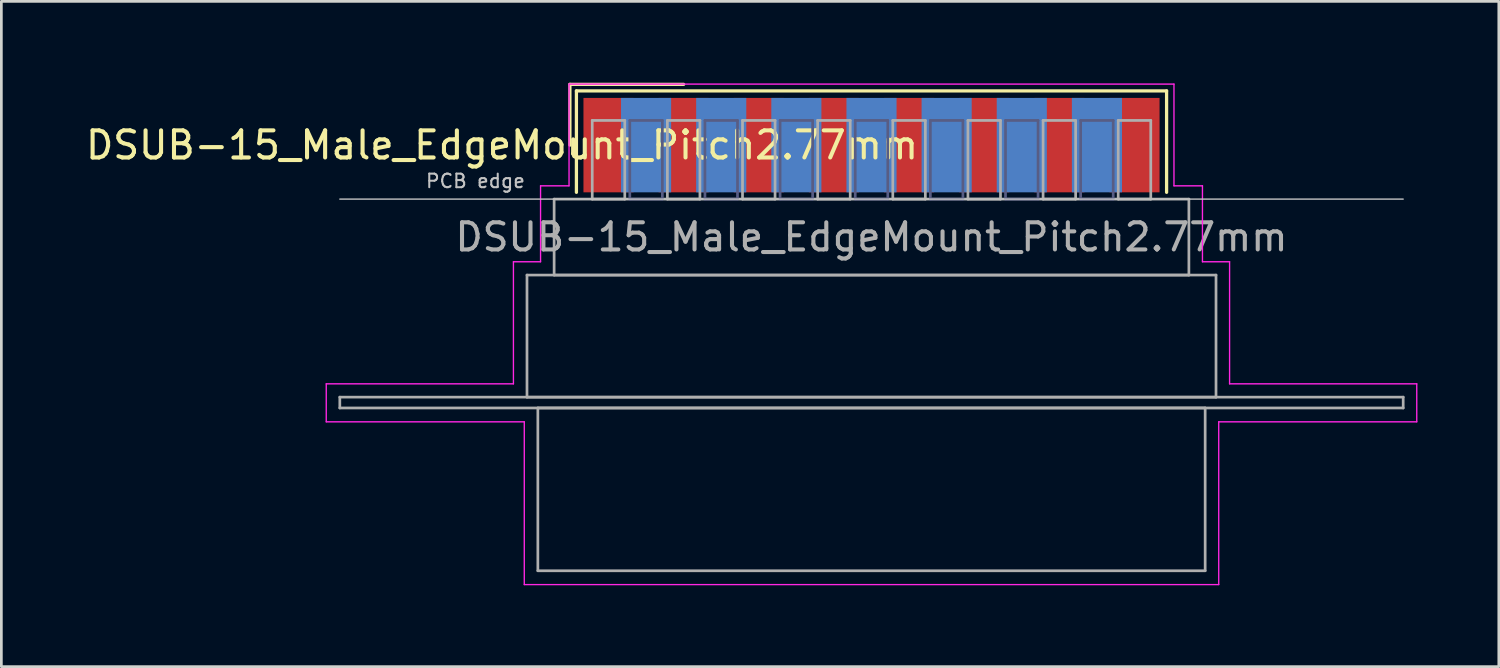
<source format=kicad_pcb>
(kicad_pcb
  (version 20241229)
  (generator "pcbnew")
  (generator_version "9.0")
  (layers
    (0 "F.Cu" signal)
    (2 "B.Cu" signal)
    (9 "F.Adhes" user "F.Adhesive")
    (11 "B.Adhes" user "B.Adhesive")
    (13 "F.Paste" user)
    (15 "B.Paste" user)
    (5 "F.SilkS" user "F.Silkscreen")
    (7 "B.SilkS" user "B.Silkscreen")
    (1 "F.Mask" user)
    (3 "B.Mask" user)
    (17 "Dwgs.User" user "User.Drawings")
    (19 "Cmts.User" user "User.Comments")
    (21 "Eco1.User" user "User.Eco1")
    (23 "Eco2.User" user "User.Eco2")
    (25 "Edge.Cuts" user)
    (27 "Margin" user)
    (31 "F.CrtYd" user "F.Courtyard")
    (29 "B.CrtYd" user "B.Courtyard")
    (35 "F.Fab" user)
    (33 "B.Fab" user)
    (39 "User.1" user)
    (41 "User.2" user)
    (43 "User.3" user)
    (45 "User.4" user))
  (footprint "DSUB-15_Male_EdgeMount_Pitch2.77mm"
    (layer "F.Cu")
    (at 29.077 2.3)
    (property "Reference" "DSUB-15_Male_EdgeMount_Pitch2.77mm" (at -13.618 0 0) (layer "F.SilkS") (effects (font (size 1 1) (thickness 0.15))))
    (attr smd)
    (fp_line (start -11.118 -2.24) (end -6.925 -2.24) (stroke (width 0.12) (type solid)) (layer "F.SilkS"))
    (fp_line (start -11.118 0) (end -11.118 -2.24) (stroke (width 0.12) (type solid)) (layer "F.SilkS"))
    (fp_line (start -10.878 -2) (end -10.878 1.74) (stroke (width 0.12) (type solid)) (layer "F.SilkS"))
    (fp_line (start 10.878 -2) (end -10.878 -2) (stroke (width 0.12) (type solid)) (layer "F.SilkS"))
    (fp_line (start 10.878 1.74) (end 10.878 -2) (stroke (width 0.12) (type solid)) (layer "F.SilkS"))
    (fp_line (start -19.6 1.99) (end 19.6 1.99) (stroke (width 0.05) (type solid)) (layer "Dwgs.User"))
    (fp_line (start -20.1 8.8) (end -13.2 8.8) (stroke (width 0.05) (type solid)) (layer "F.CrtYd"))
    (fp_line (start -20.1 10.2) (end -20.1 8.8) (stroke (width 0.05) (type solid)) (layer "F.CrtYd"))
    (fp_line (start -13.2 4.3) (end -12.2 4.3) (stroke (width 0.05) (type solid)) (layer "F.CrtYd"))
    (fp_line (start -13.2 8.8) (end -13.2 4.3) (stroke (width 0.05) (type solid)) (layer "F.CrtYd"))
    (fp_line (start -12.8 10.2) (end -20.1 10.2) (stroke (width 0.05) (type solid)) (layer "F.CrtYd"))
    (fp_line (start -12.8 16.2) (end -12.8 10.2) (stroke (width 0.05) (type solid)) (layer "F.CrtYd"))
    (fp_line (start -12.2 1.5) (end -11.15 1.5) (stroke (width 0.05) (type solid)) (layer "F.CrtYd"))
    (fp_line (start -12.2 4.3) (end -12.2 1.5) (stroke (width 0.05) (type solid)) (layer "F.CrtYd"))
    (fp_line (start -11.15 -2.25) (end 11.15 -2.25) (stroke (width 0.05) (type solid)) (layer "F.CrtYd"))
    (fp_line (start -11.15 1.5) (end -11.15 -2.25) (stroke (width 0.05) (type solid)) (layer "F.CrtYd"))
    (fp_line (start 11.15 -2.25) (end 11.15 1.5) (stroke (width 0.05) (type solid)) (layer "F.CrtYd"))
    (fp_line (start 11.15 1.5) (end 12.2 1.5) (stroke (width 0.05) (type solid)) (layer "F.CrtYd"))
    (fp_line (start 12.2 1.5) (end 12.2 4.3) (stroke (width 0.05) (type solid)) (layer "F.CrtYd"))
    (fp_line (start 12.2 4.3) (end 13.2 4.3) (stroke (width 0.05) (type solid)) (layer "F.CrtYd"))
    (fp_line (start 12.8 10.2) (end 12.8 16.2) (stroke (width 0.05) (type solid)) (layer "F.CrtYd"))
    (fp_line (start 12.8 16.2) (end -12.8 16.2) (stroke (width 0.05) (type solid)) (layer "F.CrtYd"))
    (fp_line (start 13.2 4.3) (end 13.2 8.8) (stroke (width 0.05) (type solid)) (layer "F.CrtYd"))
    (fp_line (start 13.2 8.8) (end 20.1 8.8) (stroke (width 0.05) (type solid)) (layer "F.CrtYd"))
    (fp_line (start 20.1 8.8) (end 20.1 10.2) (stroke (width 0.05) (type solid)) (layer "F.CrtYd"))
    (fp_line (start 20.1 10.2) (end 12.8 10.2) (stroke (width 0.05) (type solid)) (layer "F.CrtYd"))
    (fp_line (start -8.91 -0.91) (end -8.91 1.99) (stroke (width 0.1) (type solid)) (layer "B.Fab"))
    (fp_line (start -8.91 1.99) (end -7.71 1.99) (stroke (width 0.1) (type solid)) (layer "B.Fab"))
    (fp_line (start -7.71 -0.91) (end -8.91 -0.91) (stroke (width 0.1) (type solid)) (layer "B.Fab"))
    (fp_line (start -7.71 1.99) (end -7.71 -0.91) (stroke (width 0.1) (type solid)) (layer "B.Fab"))
    (fp_line (start -6.14 -0.91) (end -6.14 1.99) (stroke (width 0.1) (type solid)) (layer "B.Fab"))
    (fp_line (start -6.14 1.99) (end -4.94 1.99) (stroke (width 0.1) (type solid)) (layer "B.Fab"))
    (fp_line (start -4.94 -0.91) (end -6.14 -0.91) (stroke (width 0.1) (type solid)) (layer "B.Fab"))
    (fp_line (start -4.94 1.99) (end -4.94 -0.91) (stroke (width 0.1) (type solid)) (layer "B.Fab"))
    (fp_line (start -3.37 -0.91) (end -3.37 1.99) (stroke (width 0.1) (type solid)) (layer "B.Fab"))
    (fp_line (start -3.37 1.99) (end -2.17 1.99) (stroke (width 0.1) (type solid)) (layer "B.Fab"))
    (fp_line (start -2.17 -0.91) (end -3.37 -0.91) (stroke (width 0.1) (type solid)) (layer "B.Fab"))
    (fp_line (start -2.17 1.99) (end -2.17 -0.91) (stroke (width 0.1) (type solid)) (layer "B.Fab"))
    (fp_line (start -0.6 -0.91) (end -0.6 1.99) (stroke (width 0.1) (type solid)) (layer "B.Fab"))
    (fp_line (start -0.6 1.99) (end 0.6 1.99) (stroke (width 0.1) (type solid)) (layer "B.Fab"))
    (fp_line (start 0.6 -0.91) (end -0.6 -0.91) (stroke (width 0.1) (type solid)) (layer "B.Fab"))
    (fp_line (start 0.6 1.99) (end 0.6 -0.91) (stroke (width 0.1) (type solid)) (layer "B.Fab"))
    (fp_line (start 2.17 -0.91) (end 2.17 1.99) (stroke (width 0.1) (type solid)) (layer "B.Fab"))
    (fp_line (start 2.17 1.99) (end 3.37 1.99) (stroke (width 0.1) (type solid)) (layer "B.Fab"))
    (fp_line (start 3.37 -0.91) (end 2.17 -0.91) (stroke (width 0.1) (type solid)) (layer "B.Fab"))
    (fp_line (start 3.37 1.99) (end 3.37 -0.91) (stroke (width 0.1) (type solid)) (layer "B.Fab"))
    (fp_line (start 4.94 -0.91) (end 4.94 1.99) (stroke (width 0.1) (type solid)) (layer "B.Fab"))
    (fp_line (start 4.94 1.99) (end 6.14 1.99) (stroke (width 0.1) (type solid)) (layer "B.Fab"))
    (fp_line (start 6.14 -0.91) (end 4.94 -0.91) (stroke (width 0.1) (type solid)) (layer "B.Fab"))
    (fp_line (start 6.14 1.99) (end 6.14 -0.91) (stroke (width 0.1) (type solid)) (layer "B.Fab"))
    (fp_line (start 7.71 -0.91) (end 7.71 1.99) (stroke (width 0.1) (type solid)) (layer "B.Fab"))
    (fp_line (start 7.71 1.99) (end 8.91 1.99) (stroke (width 0.1) (type solid)) (layer "B.Fab"))
    (fp_line (start 8.91 -0.91) (end 7.71 -0.91) (stroke (width 0.1) (type solid)) (layer "B.Fab"))
    (fp_line (start 8.91 1.99) (end 8.91 -0.91) (stroke (width 0.1) (type solid)) (layer "B.Fab"))
    (fp_line (start -19.6 9.29) (end -19.6 9.69) (stroke (width 0.1) (type solid)) (layer "F.Fab"))
    (fp_line (start -19.6 9.69) (end 19.6 9.69) (stroke (width 0.1) (type solid)) (layer "F.Fab"))
    (fp_line (start -12.7 4.79) (end -12.7 9.29) (stroke (width 0.1) (type solid)) (layer "F.Fab"))
    (fp_line (start -12.7 9.29) (end 12.7 9.29) (stroke (width 0.1) (type solid)) (layer "F.Fab"))
    (fp_line (start -12.3 9.69) (end -12.3 15.69) (stroke (width 0.1) (type solid)) (layer "F.Fab"))
    (fp_line (start -12.3 15.69) (end 12.3 15.69) (stroke (width 0.1) (type solid)) (layer "F.Fab"))
    (fp_line (start -11.7 1.99) (end -11.7 4.79) (stroke (width 0.1) (type solid)) (layer "F.Fab"))
    (fp_line (start -11.7 4.79) (end 11.7 4.79) (stroke (width 0.1) (type solid)) (layer "F.Fab"))
    (fp_line (start -10.295 -0.91) (end -10.295 1.99) (stroke (width 0.1) (type solid)) (layer "F.Fab"))
    (fp_line (start -10.295 1.99) (end -9.095 1.99) (stroke (width 0.1) (type solid)) (layer "F.Fab"))
    (fp_line (start -9.095 -0.91) (end -10.295 -0.91) (stroke (width 0.1) (type solid)) (layer "F.Fab"))
    (fp_line (start -9.095 1.99) (end -9.095 -0.91) (stroke (width 0.1) (type solid)) (layer "F.Fab"))
    (fp_line (start -7.525 -0.91) (end -7.525 1.99) (stroke (width 0.1) (type solid)) (layer "F.Fab"))
    (fp_line (start -7.525 1.99) (end -6.325 1.99) (stroke (width 0.1) (type solid)) (layer "F.Fab"))
    (fp_line (start -6.325 -0.91) (end -7.525 -0.91) (stroke (width 0.1) (type solid)) (layer "F.Fab"))
    (fp_line (start -6.325 1.99) (end -6.325 -0.91) (stroke (width 0.1) (type solid)) (layer "F.Fab"))
    (fp_line (start -4.755 -0.91) (end -4.755 1.99) (stroke (width 0.1) (type solid)) (layer "F.Fab"))
    (fp_line (start -4.755 1.99) (end -3.555 1.99) (stroke (width 0.1) (type solid)) (layer "F.Fab"))
    (fp_line (start -3.555 -0.91) (end -4.755 -0.91) (stroke (width 0.1) (type solid)) (layer "F.Fab"))
    (fp_line (start -3.555 1.99) (end -3.555 -0.91) (stroke (width 0.1) (type solid)) (layer "F.Fab"))
    (fp_line (start -1.985 -0.91) (end -1.985 1.99) (stroke (width 0.1) (type solid)) (layer "F.Fab"))
    (fp_line (start -1.985 1.99) (end -0.785 1.99) (stroke (width 0.1) (type solid)) (layer "F.Fab"))
    (fp_line (start -0.785 -0.91) (end -1.985 -0.91) (stroke (width 0.1) (type solid)) (layer "F.Fab"))
    (fp_line (start -0.785 1.99) (end -0.785 -0.91) (stroke (width 0.1) (type solid)) (layer "F.Fab"))
    (fp_line (start 0.785 -0.91) (end 0.785 1.99) (stroke (width 0.1) (type solid)) (layer "F.Fab"))
    (fp_line (start 0.785 1.99) (end 1.985 1.99) (stroke (width 0.1) (type solid)) (layer "F.Fab"))
    (fp_line (start 1.985 -0.91) (end 0.785 -0.91) (stroke (width 0.1) (type solid)) (layer "F.Fab"))
    (fp_line (start 1.985 1.99) (end 1.985 -0.91) (stroke (width 0.1) (type solid)) (layer "F.Fab"))
    (fp_line (start 3.555 -0.91) (end 3.555 1.99) (stroke (width 0.1) (type solid)) (layer "F.Fab"))
    (fp_line (start 3.555 1.99) (end 4.755 1.99) (stroke (width 0.1) (type solid)) (layer "F.Fab"))
    (fp_line (start 4.755 -0.91) (end 3.555 -0.91) (stroke (width 0.1) (type solid)) (layer "F.Fab"))
    (fp_line (start 4.755 1.99) (end 4.755 -0.91) (stroke (width 0.1) (type solid)) (layer "F.Fab"))
    (fp_line (start 6.325 -0.91) (end 6.325 1.99) (stroke (width 0.1) (type solid)) (layer "F.Fab"))
    (fp_line (start 6.325 1.99) (end 7.525 1.99) (stroke (width 0.1) (type solid)) (layer "F.Fab"))
    (fp_line (start 7.525 -0.91) (end 6.325 -0.91) (stroke (width 0.1) (type solid)) (layer "F.Fab"))
    (fp_line (start 7.525 1.99) (end 7.525 -0.91) (stroke (width 0.1) (type solid)) (layer "F.Fab"))
    (fp_line (start 9.095 -0.91) (end 9.095 1.99) (stroke (width 0.1) (type solid)) (layer "F.Fab"))
    (fp_line (start 9.095 1.99) (end 10.295 1.99) (stroke (width 0.1) (type solid)) (layer "F.Fab"))
    (fp_line (start 10.295 -0.91) (end 9.095 -0.91) (stroke (width 0.1) (type solid)) (layer "F.Fab"))
    (fp_line (start 10.295 1.99) (end 10.295 -0.91) (stroke (width 0.1) (type solid)) (layer "F.Fab"))
    (fp_line (start 11.7 1.99) (end -11.7 1.99) (stroke (width 0.1) (type solid)) (layer "F.Fab"))
    (fp_line (start 11.7 4.79) (end 11.7 1.99) (stroke (width 0.1) (type solid)) (layer "F.Fab"))
    (fp_line (start 12.3 9.69) (end -12.3 9.69) (stroke (width 0.1) (type solid)) (layer "F.Fab"))
    (fp_line (start 12.3 15.69) (end 12.3 9.69) (stroke (width 0.1) (type solid)) (layer "F.Fab"))
    (fp_line (start 12.7 4.79) (end -12.7 4.79) (stroke (width 0.1) (type solid)) (layer "F.Fab"))
    (fp_line (start 12.7 9.29) (end 12.7 4.79) (stroke (width 0.1) (type solid)) (layer "F.Fab"))
    (fp_line (start 19.6 9.29) (end -19.6 9.29) (stroke (width 0.1) (type solid)) (layer "F.Fab"))
    (fp_line (start 19.6 9.69) (end 19.6 9.29) (stroke (width 0.1) (type solid)) (layer "F.Fab"))
    (fp_text user "PCB edge" (at -14.6 1.323 0) (layer "Dwgs.User") (effects (font (size 0.5 0.5) (thickness 0.075))))
    (fp_text user "${REFERENCE}" (at 0 3.39 0) (layer "F.Fab") (effects (font (size 1 1) (thickness 0.15))))
    (pad "1" smd rect (at -9.695 0) (size 1.847 3.48) (layers "F.Cu" "F.Mask" "F.Paste"))
    (pad "2" smd rect (at -6.925 0) (size 1.847 3.48) (layers "F.Cu" "F.Mask" "F.Paste"))
    (pad "3" smd rect (at -4.155 0) (size 1.847 3.48) (layers "F.Cu" "F.Mask" "F.Paste"))
    (pad "4" smd rect (at -1.385 0) (size 1.847 3.48) (layers "F.Cu" "F.Mask" "F.Paste"))
    (pad "5" smd rect (at 1.385 0) (size 1.847 3.48) (layers "F.Cu" "F.Mask" "F.Paste"))
    (pad "6" smd rect (at 4.155 0) (size 1.847 3.48) (layers "F.Cu" "F.Mask" "F.Paste"))
    (pad "7" smd rect (at 6.925 0) (size 1.847 3.48) (layers "F.Cu" "F.Mask" "F.Paste"))
    (pad "8" smd rect (at 9.695 0) (size 1.847 3.48) (layers "F.Cu" "F.Mask" "F.Paste"))
    (pad "9" smd rect (at -8.31 0) (size 1.847 3.48) (layers "B.Cu" "B.Mask" "B.Paste"))
    (pad "10" smd rect (at -5.54 0) (size 1.847 3.48) (layers "B.Cu" "B.Mask" "B.Paste"))
    (pad "11" smd rect (at -2.77 0) (size 1.847 3.48) (layers "B.Cu" "B.Mask" "B.Paste"))
    (pad "12" smd rect (at 0 0) (size 1.847 3.48) (layers "B.Cu" "B.Mask" "B.Paste"))
    (pad "13" smd rect (at 2.77 0) (size 1.847 3.48) (layers "B.Cu" "B.Mask" "B.Paste"))
    (pad "14" smd rect (at 5.54 0) (size 1.847 3.48) (layers "B.Cu" "B.Mask" "B.Paste"))
    (pad "15" smd rect (at 8.31 0) (size 1.847 3.48) (layers "B.Cu" "B.Mask" "B.Paste")))
  (gr_rect
    (start -3 -3)
    (end 52.202 21.525)
    (stroke (width 0.1) (type default))
    (fill no)
    (layer "Edge.Cuts")))
</source>
